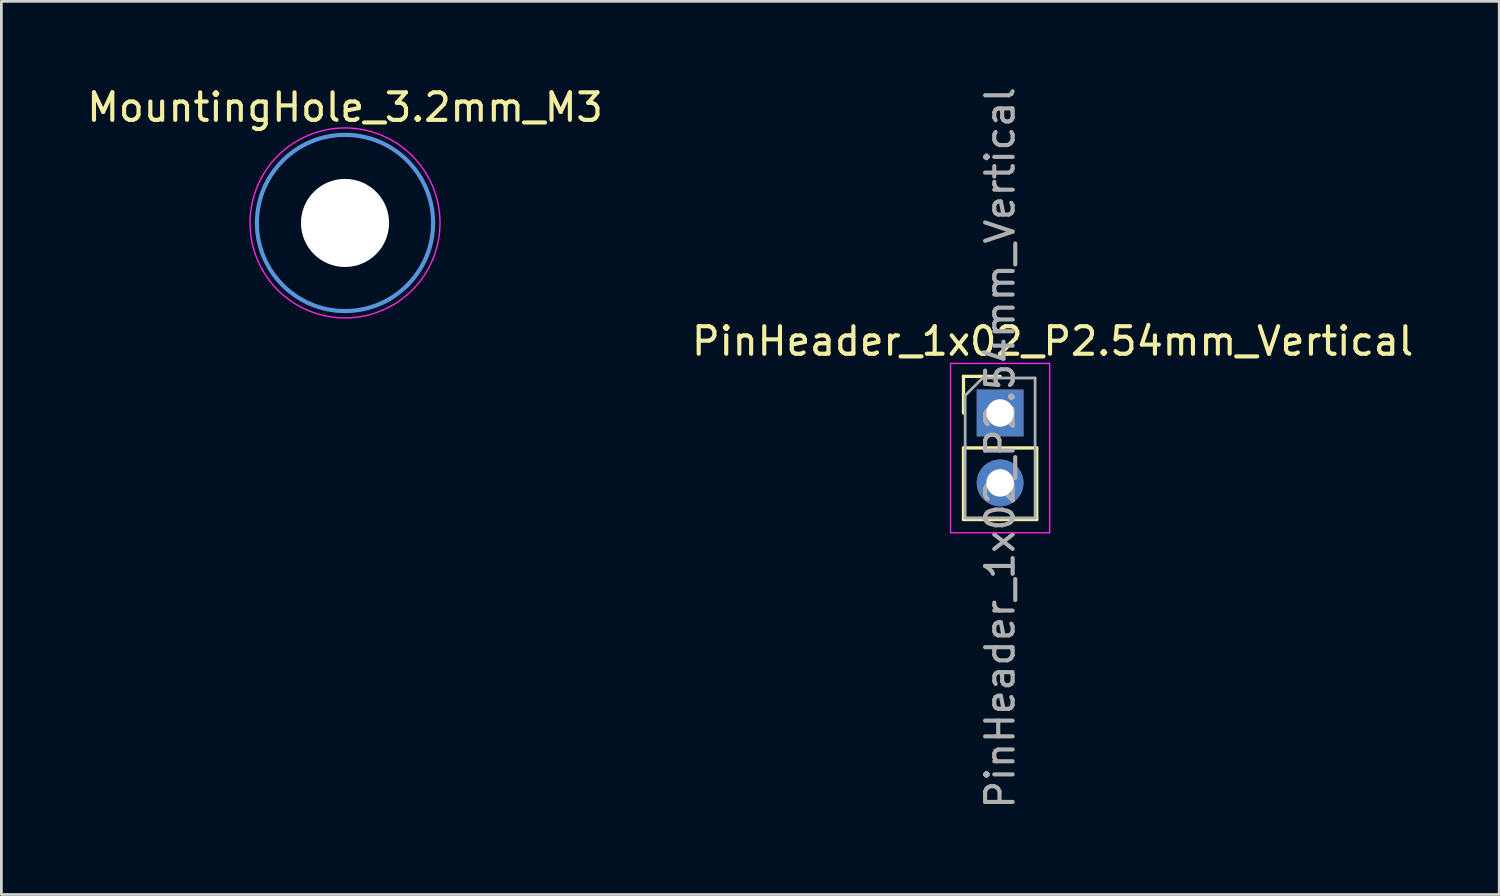
<source format=kicad_pcb>
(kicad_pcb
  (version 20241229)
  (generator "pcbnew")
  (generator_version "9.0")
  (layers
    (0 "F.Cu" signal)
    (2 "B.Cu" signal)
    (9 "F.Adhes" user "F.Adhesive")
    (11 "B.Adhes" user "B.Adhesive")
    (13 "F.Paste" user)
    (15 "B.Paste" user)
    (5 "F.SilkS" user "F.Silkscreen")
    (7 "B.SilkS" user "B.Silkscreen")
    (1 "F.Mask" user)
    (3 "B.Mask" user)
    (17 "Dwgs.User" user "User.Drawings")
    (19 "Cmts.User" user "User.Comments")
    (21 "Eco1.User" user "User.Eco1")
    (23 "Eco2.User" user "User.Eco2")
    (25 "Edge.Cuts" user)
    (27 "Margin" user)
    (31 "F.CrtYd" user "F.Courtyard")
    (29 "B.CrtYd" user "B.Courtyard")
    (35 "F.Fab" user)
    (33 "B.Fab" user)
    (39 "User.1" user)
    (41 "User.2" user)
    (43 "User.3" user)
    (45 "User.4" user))
  (footprint "MountingHole_3.2mm_M3"
    (layer "F.Cu")
    (at 9.482 5.048)
    (property "Reference" "MountingHole_3.2mm_M3" (at 0 -4.2 0) (layer "F.SilkS") (effects (font (size 1 1) (thickness 0.15))))
    (attr exclude_from_pos_files exclude_from_bom)
    (fp_circle (center 0 0) (end 3.2 0) (stroke (width 0.15) (type solid)) (fill no) (layer "Cmts.User"))
    (fp_circle (center 0 0) (end 3.45 0) (stroke (width 0.05) (type solid)) (fill no) (layer "F.CrtYd"))
    (fp_text user " " (at 0 0 0) (layer "F.Fab") (effects (font (size 1 1) (thickness 0.15))))
    (pad "" np_thru_hole circle (at 0 0) (size 3.2 3.2) (drill 3.2) (layers "*.Cu" "*.Mask")))
  (footprint "PinHeader_1x02_P2.54mm_Vertical"
    (layer "F.Cu")
    (at 33.276 11.95)
    (property "Reference" "PinHeader_1x02_P2.54mm_Vertical" (at 1.909 -2.606 0) (layer "F.SilkS") (effects (font (size 1 1) (thickness 0.15))))
    (attr through_hole)
    (fp_line (start -1.33 -1.33) (end 0 -1.33) (stroke (width 0.12) (type solid)) (layer "F.SilkS"))
    (fp_line (start -1.33 0) (end -1.33 -1.33) (stroke (width 0.12) (type solid)) (layer "F.SilkS"))
    (fp_line (start -1.33 1.27) (end -1.33 3.87) (stroke (width 0.12) (type solid)) (layer "F.SilkS"))
    (fp_line (start -1.33 1.27) (end 1.33 1.27) (stroke (width 0.12) (type solid)) (layer "F.SilkS"))
    (fp_line (start -1.33 3.87) (end 1.33 3.87) (stroke (width 0.12) (type solid)) (layer "F.SilkS"))
    (fp_line (start 1.33 1.27) (end 1.33 3.87) (stroke (width 0.12) (type solid)) (layer "F.SilkS"))
    (fp_line (start -1.8 -1.8) (end -1.8 4.35) (stroke (width 0.05) (type solid)) (layer "F.CrtYd"))
    (fp_line (start -1.8 4.35) (end 1.8 4.35) (stroke (width 0.05) (type solid)) (layer "F.CrtYd"))
    (fp_line (start 1.8 -1.8) (end -1.8 -1.8) (stroke (width 0.05) (type solid)) (layer "F.CrtYd"))
    (fp_line (start 1.8 4.35) (end 1.8 -1.8) (stroke (width 0.05) (type solid)) (layer "F.CrtYd"))
    (fp_line (start -1.27 -0.635) (end -0.635 -1.27) (stroke (width 0.1) (type solid)) (layer "F.Fab"))
    (fp_line (start -1.27 3.81) (end -1.27 -0.635) (stroke (width 0.1) (type solid)) (layer "F.Fab"))
    (fp_line (start -0.635 -1.27) (end 1.27 -1.27) (stroke (width 0.1) (type solid)) (layer "F.Fab"))
    (fp_line (start 1.27 -1.27) (end 1.27 3.81) (stroke (width 0.1) (type solid)) (layer "F.Fab"))
    (fp_line (start 1.27 3.81) (end -1.27 3.81) (stroke (width 0.1) (type solid)) (layer "F.Fab"))
    (fp_text user "${REFERENCE}" (at 0 1.27 90) (layer "F.Fab") (effects (font (size 1 1) (thickness 0.15))))
    (pad "1" thru_hole rect (at 0 0) (size 1.7 1.7) (drill 1) (layers "*.Cu" "*.Mask"))
    (pad "2" thru_hole oval (at 0 2.54) (size 1.7 1.7) (drill 1) (layers "*.Cu" "*.Mask")))
  (gr_rect
    (start -3 -3)
    (end 51.405 29.44)
    (stroke (width 0.1) (type default))
    (fill no)
    (layer "Edge.Cuts")))
</source>
